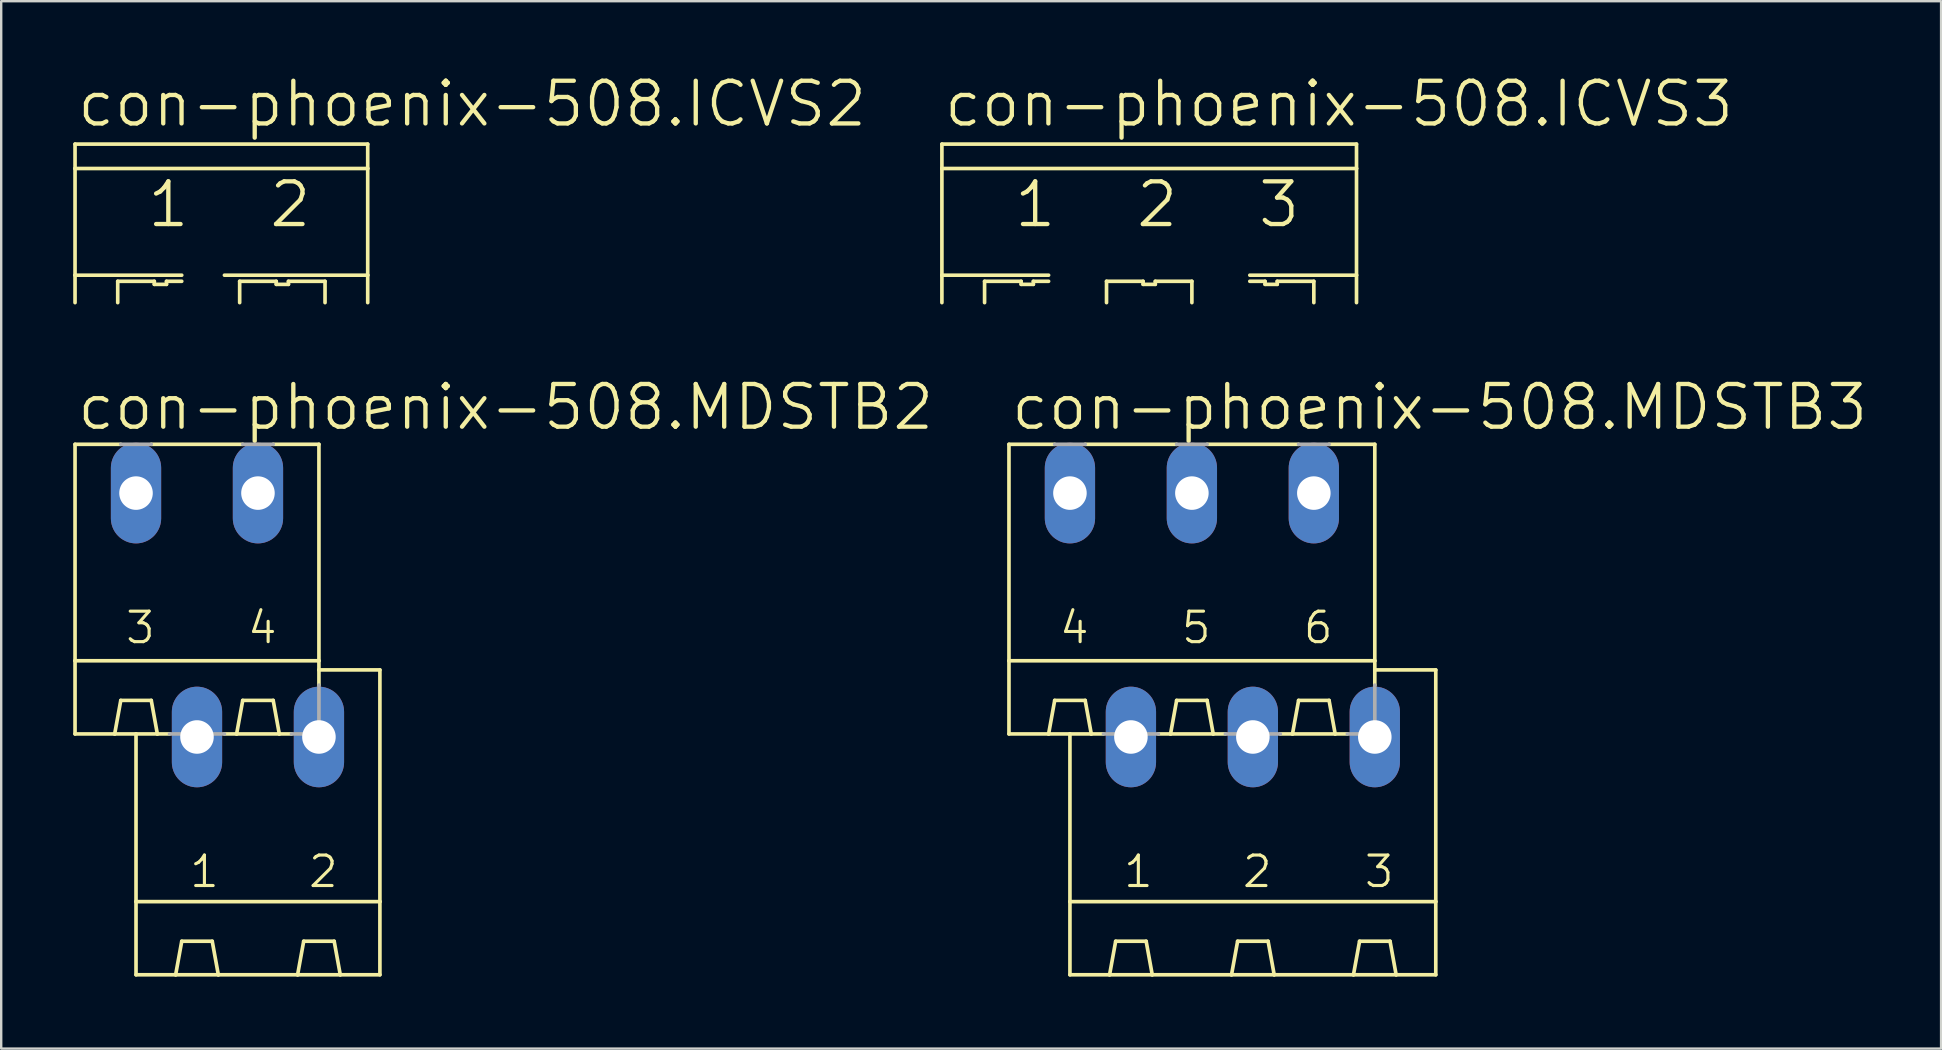
<source format=kicad_pcb>
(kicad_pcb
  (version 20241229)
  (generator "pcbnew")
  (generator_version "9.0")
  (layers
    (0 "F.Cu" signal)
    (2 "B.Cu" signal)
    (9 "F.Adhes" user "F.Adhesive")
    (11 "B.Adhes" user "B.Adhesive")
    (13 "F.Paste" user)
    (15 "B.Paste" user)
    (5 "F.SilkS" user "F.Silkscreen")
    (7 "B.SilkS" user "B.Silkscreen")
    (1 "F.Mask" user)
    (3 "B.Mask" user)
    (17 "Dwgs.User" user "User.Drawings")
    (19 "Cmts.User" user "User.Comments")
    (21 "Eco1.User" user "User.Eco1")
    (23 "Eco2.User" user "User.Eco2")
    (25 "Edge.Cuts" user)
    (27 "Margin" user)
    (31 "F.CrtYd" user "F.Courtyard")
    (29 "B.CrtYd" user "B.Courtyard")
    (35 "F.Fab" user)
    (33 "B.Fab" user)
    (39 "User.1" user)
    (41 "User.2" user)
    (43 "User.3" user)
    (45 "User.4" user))
  (footprint "con-phoenix-508.ICVS2"
    (layer "F.Cu")
    (at 6.172 6.509)
    (property "Reference" "con-phoenix-508.ICVS2" (at -6.096 -4.191 0) (layer "F.SilkS") (effects (font (size 1.778 1.778) (thickness 0.18)) (justify left bottom)))
    (fp_line (start -6.096 -3.556) (end 6.096 -3.556) (stroke (width 0.152) (type default)) (layer "F.SilkS"))
    (fp_line (start -6.096 -2.54) (end -6.096 -3.556) (stroke (width 0.152) (type default)) (layer "F.SilkS"))
    (fp_line (start -6.096 -2.54) (end 6.096 -2.54) (stroke (width 0.152) (type default)) (layer "F.SilkS"))
    (fp_line (start -6.096 1.905) (end -6.096 -2.54) (stroke (width 0.152) (type default)) (layer "F.SilkS"))
    (fp_line (start -6.096 1.905) (end -1.651 1.905) (stroke (width 0.152) (type default)) (layer "F.SilkS"))
    (fp_line (start -6.096 3.048) (end -6.096 1.905) (stroke (width 0.152) (type default)) (layer "F.SilkS"))
    (fp_line (start -4.318 2.159) (end -2.794 2.159) (stroke (width 0.152) (type default)) (layer "F.SilkS"))
    (fp_line (start -4.318 3.048) (end -4.318 2.159) (stroke (width 0.152) (type default)) (layer "F.SilkS"))
    (fp_line (start -2.794 2.159) (end -2.794 2.286) (stroke (width 0.152) (type default)) (layer "F.SilkS"))
    (fp_line (start -2.794 2.286) (end -2.286 2.286) (stroke (width 0.152) (type default)) (layer "F.SilkS"))
    (fp_line (start -2.286 2.159) (end -1.651 2.159) (stroke (width 0.152) (type default)) (layer "F.SilkS"))
    (fp_line (start -2.286 2.286) (end -2.286 2.159) (stroke (width 0.152) (type default)) (layer "F.SilkS"))
    (fp_line (start 0.127 1.905) (end 6.096 1.905) (stroke (width 0.152) (type default)) (layer "F.SilkS"))
    (fp_line (start 0.762 2.159) (end 2.286 2.159) (stroke (width 0.152) (type default)) (layer "F.SilkS"))
    (fp_line (start 0.762 3.048) (end 0.762 2.159) (stroke (width 0.152) (type default)) (layer "F.SilkS"))
    (fp_line (start 2.286 2.159) (end 2.286 2.286) (stroke (width 0.152) (type default)) (layer "F.SilkS"))
    (fp_line (start 2.286 2.286) (end 2.794 2.286) (stroke (width 0.152) (type default)) (layer "F.SilkS"))
    (fp_line (start 2.794 2.159) (end 4.318 2.159) (stroke (width 0.152) (type default)) (layer "F.SilkS"))
    (fp_line (start 2.794 2.286) (end 2.794 2.159) (stroke (width 0.152) (type default)) (layer "F.SilkS"))
    (fp_line (start 4.318 2.159) (end 4.318 3.048) (stroke (width 0.152) (type default)) (layer "F.SilkS"))
    (fp_line (start 6.096 -2.54) (end 6.096 -3.556) (stroke (width 0.152) (type default)) (layer "F.SilkS"))
    (fp_line (start 6.096 1.905) (end 6.096 -2.54) (stroke (width 0.152) (type default)) (layer "F.SilkS"))
    (fp_line (start 6.096 3.048) (end 6.096 1.905) (stroke (width 0.152) (type default)) (layer "F.SilkS"))
    (fp_text user "2" (at 1.905 0 0) (layer "F.SilkS") (effects (font (size 1.778 1.778) (thickness 0.18)) (justify left bottom)))
    (fp_text user "1" (at -3.175 0 0) (layer "F.SilkS") (effects (font (size 1.778 1.778) (thickness 0.18)) (justify left bottom))))
  (footprint "con-phoenix-508.MDSTB2"
    (layer "F.Cu")
    (at 5.156 22.571)
    (property "Reference" "con-phoenix-508.MDSTB2" (at -5.08 -7.62 0) (layer "F.SilkS") (effects (font (size 1.778 1.778) (thickness 0.18)) (justify left bottom)))
    (attr through_hole)
    (fp_line (start -5.08 -7.112) (end -5.08 1.905) (stroke (width 0.152) (type default)) (layer "F.SilkS"))
    (fp_line (start -5.08 -7.112) (end -3.175 -7.112) (stroke (width 0.152) (type default)) (layer "F.SilkS"))
    (fp_line (start -5.08 1.905) (end -5.08 4.953) (stroke (width 0.152) (type default)) (layer "F.SilkS"))
    (fp_line (start -5.08 1.905) (end 5.08 1.905) (stroke (width 0.152) (type default)) (layer "F.SilkS"))
    (fp_line (start -5.08 4.953) (end -3.429 4.953) (stroke (width 0.152) (type default)) (layer "F.SilkS"))
    (fp_line (start -3.429 4.953) (end -3.175 3.556) (stroke (width 0.152) (type default)) (layer "F.SilkS"))
    (fp_line (start -3.429 4.953) (end -2.54 4.953) (stroke (width 0.152) (type default)) (layer "F.SilkS"))
    (fp_line (start -3.175 3.556) (end -1.905 3.556) (stroke (width 0.152) (type default)) (layer "F.SilkS"))
    (fp_line (start -2.54 4.953) (end -1.651 4.953) (stroke (width 0.152) (type default)) (layer "F.SilkS"))
    (fp_line (start -2.54 11.938) (end -2.54 4.953) (stroke (width 0.152) (type default)) (layer "F.SilkS"))
    (fp_line (start -2.54 11.938) (end 7.62 11.938) (stroke (width 0.152) (type default)) (layer "F.SilkS"))
    (fp_line (start -2.54 14.986) (end -2.54 11.938) (stroke (width 0.152) (type default)) (layer "F.SilkS"))
    (fp_line (start -2.54 14.986) (end -0.889 14.986) (stroke (width 0.152) (type default)) (layer "F.SilkS"))
    (fp_line (start -1.905 -7.112) (end 1.905 -7.112) (stroke (width 0.152) (type default)) (layer "F.SilkS"))
    (fp_line (start -1.905 3.556) (end -1.651 4.953) (stroke (width 0.152) (type default)) (layer "F.SilkS"))
    (fp_line (start -1.143 4.953) (end -1.651 4.953) (stroke (width 0.152) (type default)) (layer "F.SilkS"))
    (fp_line (start -0.889 14.986) (end -0.635 13.589) (stroke (width 0.152) (type default)) (layer "F.SilkS"))
    (fp_line (start -0.889 14.986) (end 0.889 14.986) (stroke (width 0.152) (type default)) (layer "F.SilkS"))
    (fp_line (start -0.635 13.589) (end 0.635 13.589) (stroke (width 0.152) (type default)) (layer "F.SilkS"))
    (fp_line (start 0.635 13.589) (end 0.889 14.986) (stroke (width 0.152) (type default)) (layer "F.SilkS"))
    (fp_line (start 0.889 14.986) (end 4.191 14.986) (stroke (width 0.152) (type default)) (layer "F.SilkS"))
    (fp_line (start 1.651 4.953) (end 1.143 4.953) (stroke (width 0.152) (type default)) (layer "F.SilkS"))
    (fp_line (start 1.651 4.953) (end 1.905 3.556) (stroke (width 0.152) (type default)) (layer "F.SilkS"))
    (fp_line (start 1.651 4.953) (end 3.429 4.953) (stroke (width 0.152) (type default)) (layer "F.SilkS"))
    (fp_line (start 1.905 3.556) (end 3.175 3.556) (stroke (width 0.152) (type default)) (layer "F.SilkS"))
    (fp_line (start 3.175 -7.112) (end 5.08 -7.112) (stroke (width 0.152) (type default)) (layer "F.SilkS"))
    (fp_line (start 3.175 3.556) (end 3.429 4.953) (stroke (width 0.152) (type default)) (layer "F.SilkS"))
    (fp_line (start 3.429 4.953) (end 3.937 4.953) (stroke (width 0.152) (type default)) (layer "F.SilkS"))
    (fp_line (start 4.191 14.986) (end 4.445 13.589) (stroke (width 0.152) (type default)) (layer "F.SilkS"))
    (fp_line (start 4.191 14.986) (end 5.969 14.986) (stroke (width 0.152) (type default)) (layer "F.SilkS"))
    (fp_line (start 4.445 13.589) (end 5.715 13.589) (stroke (width 0.152) (type default)) (layer "F.SilkS"))
    (fp_line (start 5.08 -7.112) (end 5.08 1.905) (stroke (width 0.152) (type default)) (layer "F.SilkS"))
    (fp_line (start 5.08 1.905) (end 5.08 2.286) (stroke (width 0.152) (type default)) (layer "F.SilkS"))
    (fp_line (start 5.08 2.286) (end 5.08 2.921) (stroke (width 0.152) (type default)) (layer "F.SilkS"))
    (fp_line (start 5.715 13.589) (end 5.969 14.986) (stroke (width 0.152) (type default)) (layer "F.SilkS"))
    (fp_line (start 5.969 14.986) (end 7.62 14.986) (stroke (width 0.152) (type default)) (layer "F.SilkS"))
    (fp_line (start 7.62 2.286) (end 5.08 2.286) (stroke (width 0.152) (type default)) (layer "F.SilkS"))
    (fp_line (start 7.62 2.286) (end 7.62 11.938) (stroke (width 0.152) (type default)) (layer "F.SilkS"))
    (fp_line (start 7.62 11.938) (end 7.62 14.986) (stroke (width 0.152) (type default)) (layer "F.SilkS"))
    (fp_line (start -3.175 -7.112) (end -1.905 -7.112) (stroke (width 0.152) (type default)) (layer "F.Fab"))
    (fp_line (start -1.143 4.953) (end 1.143 4.953) (stroke (width 0.152) (type default)) (layer "F.Fab"))
    (fp_line (start 1.905 -7.112) (end 3.175 -7.112) (stroke (width 0.152) (type default)) (layer "F.Fab"))
    (fp_line (start 3.937 4.953) (end 5.08 4.953) (stroke (width 0.152) (type default)) (layer "F.Fab"))
    (fp_line (start 5.08 2.921) (end 5.08 4.953) (stroke (width 0.152) (type default)) (layer "F.Fab"))
    (fp_text user "3" (at -3.048 1.27 0) (layer "F.SilkS") (effects (font (size 1.27 1.27) (thickness 0.13)) (justify left bottom)))
    (fp_text user "2" (at 4.572 11.43 0) (layer "F.SilkS") (effects (font (size 1.27 1.27) (thickness 0.13)) (justify left bottom)))
    (fp_text user "1" (at -0.381 11.43 0) (layer "F.SilkS") (effects (font (size 1.27 1.27) (thickness 0.13)) (justify left bottom)))
    (fp_text user "4" (at 2.032 1.27 0) (layer "F.SilkS") (effects (font (size 1.27 1.27) (thickness 0.13)) (justify left bottom)))
    (pad "1" thru_hole oval (at 0 5.08 90) (size 4.191 2.095) (drill 1.397) (layers "*.Cu" "*.Mask"))
    (pad "2" thru_hole oval (at 5.08 5.08 90) (size 4.191 2.095) (drill 1.397) (layers "*.Cu" "*.Mask"))
    (pad "3" thru_hole oval (at -2.54 -5.08 90) (size 4.191 2.095) (drill 1.397) (layers "*.Cu" "*.Mask"))
    (pad "4" thru_hole oval (at 2.54 -5.08 90) (size 4.191 2.095) (drill 1.397) (layers "*.Cu" "*.Mask")))
  (footprint "con-phoenix-508.ICVS3"
    (layer "F.Cu")
    (at 44.823 6.509)
    (property "Reference" "con-phoenix-508.ICVS3" (at -8.636 -4.191 0) (layer "F.SilkS") (effects (font (size 1.778 1.778) (thickness 0.18)) (justify left bottom)))
    (fp_line (start -8.636 -3.556) (end 8.636 -3.556) (stroke (width 0.152) (type default)) (layer "F.SilkS"))
    (fp_line (start -8.636 -2.54) (end -8.636 -3.556) (stroke (width 0.152) (type default)) (layer "F.SilkS"))
    (fp_line (start -8.636 -2.54) (end 8.636 -2.54) (stroke (width 0.152) (type default)) (layer "F.SilkS"))
    (fp_line (start -8.636 1.905) (end -8.636 -2.54) (stroke (width 0.152) (type default)) (layer "F.SilkS"))
    (fp_line (start -8.636 1.905) (end -4.191 1.905) (stroke (width 0.152) (type default)) (layer "F.SilkS"))
    (fp_line (start -8.636 3.048) (end -8.636 1.905) (stroke (width 0.152) (type default)) (layer "F.SilkS"))
    (fp_line (start -6.858 2.159) (end -5.334 2.159) (stroke (width 0.152) (type default)) (layer "F.SilkS"))
    (fp_line (start -6.858 3.048) (end -6.858 2.159) (stroke (width 0.152) (type default)) (layer "F.SilkS"))
    (fp_line (start -5.334 2.159) (end -5.334 2.286) (stroke (width 0.152) (type default)) (layer "F.SilkS"))
    (fp_line (start -5.334 2.286) (end -4.826 2.286) (stroke (width 0.152) (type default)) (layer "F.SilkS"))
    (fp_line (start -4.826 2.159) (end -4.191 2.159) (stroke (width 0.152) (type default)) (layer "F.SilkS"))
    (fp_line (start -4.826 2.286) (end -4.826 2.159) (stroke (width 0.152) (type default)) (layer "F.SilkS"))
    (fp_line (start -1.778 2.159) (end -0.254 2.159) (stroke (width 0.152) (type default)) (layer "F.SilkS"))
    (fp_line (start -1.778 3.048) (end -1.778 2.159) (stroke (width 0.152) (type default)) (layer "F.SilkS"))
    (fp_line (start -0.254 2.159) (end -0.254 2.286) (stroke (width 0.152) (type default)) (layer "F.SilkS"))
    (fp_line (start -0.254 2.286) (end 0.254 2.286) (stroke (width 0.152) (type default)) (layer "F.SilkS"))
    (fp_line (start 0.254 2.159) (end 1.778 2.159) (stroke (width 0.152) (type default)) (layer "F.SilkS"))
    (fp_line (start 0.254 2.286) (end 0.254 2.159) (stroke (width 0.152) (type default)) (layer "F.SilkS"))
    (fp_line (start 1.778 2.159) (end 1.778 3.048) (stroke (width 0.152) (type default)) (layer "F.SilkS"))
    (fp_line (start 4.191 1.905) (end 8.636 1.905) (stroke (width 0.152) (type default)) (layer "F.SilkS"))
    (fp_line (start 4.191 2.159) (end 4.826 2.159) (stroke (width 0.152) (type default)) (layer "F.SilkS"))
    (fp_line (start 4.826 2.159) (end 4.826 2.286) (stroke (width 0.152) (type default)) (layer "F.SilkS"))
    (fp_line (start 4.826 2.286) (end 5.334 2.286) (stroke (width 0.152) (type default)) (layer "F.SilkS"))
    (fp_line (start 5.334 2.159) (end 6.858 2.159) (stroke (width 0.152) (type default)) (layer "F.SilkS"))
    (fp_line (start 5.334 2.286) (end 5.334 2.159) (stroke (width 0.152) (type default)) (layer "F.SilkS"))
    (fp_line (start 6.858 2.159) (end 6.858 3.048) (stroke (width 0.152) (type default)) (layer "F.SilkS"))
    (fp_line (start 8.636 -2.54) (end 8.636 -3.556) (stroke (width 0.152) (type default)) (layer "F.SilkS"))
    (fp_line (start 8.636 1.905) (end 8.636 -2.54) (stroke (width 0.152) (type default)) (layer "F.SilkS"))
    (fp_line (start 8.636 3.048) (end 8.636 1.905) (stroke (width 0.152) (type default)) (layer "F.SilkS"))
    (fp_text user "1" (at -5.715 0 0) (layer "F.SilkS") (effects (font (size 1.778 1.778) (thickness 0.18)) (justify left bottom)))
    (fp_text user "2" (at -0.635 0 0) (layer "F.SilkS") (effects (font (size 1.778 1.778) (thickness 0.18)) (justify left bottom)))
    (fp_text user "3" (at 4.445 0 0) (layer "F.SilkS") (effects (font (size 1.778 1.778) (thickness 0.18)) (justify left bottom))))
  (footprint "con-phoenix-508.MDSTB3"
    (layer "F.Cu")
    (at 47.871 22.571)
    (property "Reference" "con-phoenix-508.MDSTB3" (at -8.89 -7.62 0) (layer "F.SilkS") (effects (font (size 1.778 1.778) (thickness 0.18)) (justify left bottom)))
    (attr through_hole)
    (fp_line (start -8.89 -7.112) (end -8.89 1.905) (stroke (width 0.152) (type default)) (layer "F.SilkS"))
    (fp_line (start -8.89 -7.112) (end -6.985 -7.112) (stroke (width 0.152) (type default)) (layer "F.SilkS"))
    (fp_line (start -8.89 1.905) (end -8.89 4.953) (stroke (width 0.152) (type default)) (layer "F.SilkS"))
    (fp_line (start -8.89 1.905) (end 6.35 1.905) (stroke (width 0.152) (type default)) (layer "F.SilkS"))
    (fp_line (start -8.89 4.953) (end -7.239 4.953) (stroke (width 0.152) (type default)) (layer "F.SilkS"))
    (fp_line (start -7.239 4.953) (end -6.985 3.556) (stroke (width 0.152) (type default)) (layer "F.SilkS"))
    (fp_line (start -7.239 4.953) (end -6.35 4.953) (stroke (width 0.152) (type default)) (layer "F.SilkS"))
    (fp_line (start -6.985 3.556) (end -5.715 3.556) (stroke (width 0.152) (type default)) (layer "F.SilkS"))
    (fp_line (start -6.35 4.953) (end -5.461 4.953) (stroke (width 0.152) (type default)) (layer "F.SilkS"))
    (fp_line (start -6.35 11.938) (end -6.35 4.953) (stroke (width 0.152) (type default)) (layer "F.SilkS"))
    (fp_line (start -6.35 11.938) (end 8.89 11.938) (stroke (width 0.152) (type default)) (layer "F.SilkS"))
    (fp_line (start -6.35 14.986) (end -6.35 11.938) (stroke (width 0.152) (type default)) (layer "F.SilkS"))
    (fp_line (start -6.35 14.986) (end -4.699 14.986) (stroke (width 0.152) (type default)) (layer "F.SilkS"))
    (fp_line (start -5.715 -7.112) (end -1.905 -7.112) (stroke (width 0.152) (type default)) (layer "F.SilkS"))
    (fp_line (start -5.715 3.556) (end -5.461 4.953) (stroke (width 0.152) (type default)) (layer "F.SilkS"))
    (fp_line (start -4.953 4.953) (end -5.461 4.953) (stroke (width 0.152) (type default)) (layer "F.SilkS"))
    (fp_line (start -4.699 14.986) (end -4.445 13.589) (stroke (width 0.152) (type default)) (layer "F.SilkS"))
    (fp_line (start -4.699 14.986) (end -2.921 14.986) (stroke (width 0.152) (type default)) (layer "F.SilkS"))
    (fp_line (start -4.445 13.589) (end -3.175 13.589) (stroke (width 0.152) (type default)) (layer "F.SilkS"))
    (fp_line (start -3.175 13.589) (end -2.921 14.986) (stroke (width 0.152) (type default)) (layer "F.SilkS"))
    (fp_line (start -2.921 14.986) (end 0.381 14.986) (stroke (width 0.152) (type default)) (layer "F.SilkS"))
    (fp_line (start -2.159 4.953) (end -2.667 4.953) (stroke (width 0.152) (type default)) (layer "F.SilkS"))
    (fp_line (start -2.159 4.953) (end -1.905 3.556) (stroke (width 0.152) (type default)) (layer "F.SilkS"))
    (fp_line (start -2.159 4.953) (end -0.381 4.953) (stroke (width 0.152) (type default)) (layer "F.SilkS"))
    (fp_line (start -1.905 3.556) (end -0.635 3.556) (stroke (width 0.152) (type default)) (layer "F.SilkS"))
    (fp_line (start -0.635 -7.112) (end 3.175 -7.112) (stroke (width 0.152) (type default)) (layer "F.SilkS"))
    (fp_line (start -0.635 3.556) (end -0.381 4.953) (stroke (width 0.152) (type default)) (layer "F.SilkS"))
    (fp_line (start -0.381 4.953) (end 0.127 4.953) (stroke (width 0.152) (type default)) (layer "F.SilkS"))
    (fp_line (start 0.381 14.986) (end 0.635 13.589) (stroke (width 0.152) (type default)) (layer "F.SilkS"))
    (fp_line (start 0.381 14.986) (end 2.159 14.986) (stroke (width 0.152) (type default)) (layer "F.SilkS"))
    (fp_line (start 0.635 13.589) (end 1.905 13.589) (stroke (width 0.152) (type default)) (layer "F.SilkS"))
    (fp_line (start 1.905 13.589) (end 2.159 14.986) (stroke (width 0.152) (type default)) (layer "F.SilkS"))
    (fp_line (start 2.159 14.986) (end 5.461 14.986) (stroke (width 0.152) (type default)) (layer "F.SilkS"))
    (fp_line (start 2.921 4.953) (end 2.413 4.953) (stroke (width 0.152) (type default)) (layer "F.SilkS"))
    (fp_line (start 2.921 4.953) (end 3.175 3.556) (stroke (width 0.152) (type default)) (layer "F.SilkS"))
    (fp_line (start 2.921 4.953) (end 4.699 4.953) (stroke (width 0.152) (type default)) (layer "F.SilkS"))
    (fp_line (start 3.175 3.556) (end 4.445 3.556) (stroke (width 0.152) (type default)) (layer "F.SilkS"))
    (fp_line (start 4.445 -7.112) (end 6.35 -7.112) (stroke (width 0.152) (type default)) (layer "F.SilkS"))
    (fp_line (start 4.445 3.556) (end 4.699 4.953) (stroke (width 0.152) (type default)) (layer "F.SilkS"))
    (fp_line (start 4.699 4.953) (end 5.207 4.953) (stroke (width 0.152) (type default)) (layer "F.SilkS"))
    (fp_line (start 5.461 14.986) (end 5.715 13.589) (stroke (width 0.152) (type default)) (layer "F.SilkS"))
    (fp_line (start 5.461 14.986) (end 7.239 14.986) (stroke (width 0.152) (type default)) (layer "F.SilkS"))
    (fp_line (start 5.715 13.589) (end 6.985 13.589) (stroke (width 0.152) (type default)) (layer "F.SilkS"))
    (fp_line (start 6.35 -7.112) (end 6.35 1.905) (stroke (width 0.152) (type default)) (layer "F.SilkS"))
    (fp_line (start 6.35 1.905) (end 6.35 2.286) (stroke (width 0.152) (type default)) (layer "F.SilkS"))
    (fp_line (start 6.35 2.286) (end 6.35 2.921) (stroke (width 0.152) (type default)) (layer "F.SilkS"))
    (fp_line (start 6.985 13.589) (end 7.239 14.986) (stroke (width 0.152) (type default)) (layer "F.SilkS"))
    (fp_line (start 7.239 14.986) (end 8.89 14.986) (stroke (width 0.152) (type default)) (layer "F.SilkS"))
    (fp_line (start 8.89 2.286) (end 6.35 2.286) (stroke (width 0.152) (type default)) (layer "F.SilkS"))
    (fp_line (start 8.89 2.286) (end 8.89 11.938) (stroke (width 0.152) (type default)) (layer "F.SilkS"))
    (fp_line (start 8.89 11.938) (end 8.89 14.986) (stroke (width 0.152) (type default)) (layer "F.SilkS"))
    (fp_line (start -6.985 -7.112) (end -5.715 -7.112) (stroke (width 0.152) (type default)) (layer "F.Fab"))
    (fp_line (start -4.953 4.953) (end -2.667 4.953) (stroke (width 0.152) (type default)) (layer "F.Fab"))
    (fp_line (start -1.905 -7.112) (end -0.635 -7.112) (stroke (width 0.152) (type default)) (layer "F.Fab"))
    (fp_line (start 0.127 4.953) (end 2.413 4.953) (stroke (width 0.152) (type default)) (layer "F.Fab"))
    (fp_line (start 3.175 -7.112) (end 4.445 -7.112) (stroke (width 0.152) (type default)) (layer "F.Fab"))
    (fp_line (start 5.207 4.953) (end 6.35 4.953) (stroke (width 0.152) (type default)) (layer "F.Fab"))
    (fp_line (start 6.35 2.921) (end 6.35 4.953) (stroke (width 0.152) (type default)) (layer "F.Fab"))
    (fp_text user "2" (at 0.762 11.43 0) (layer "F.SilkS") (effects (font (size 1.27 1.27) (thickness 0.13)) (justify left bottom)))
    (fp_text user "3" (at 5.842 11.43 0) (layer "F.SilkS") (effects (font (size 1.27 1.27) (thickness 0.13)) (justify left bottom)))
    (fp_text user "1" (at -4.191 11.43 0) (layer "F.SilkS") (effects (font (size 1.27 1.27) (thickness 0.13)) (justify left bottom)))
    (fp_text user "5" (at -1.778 1.27 0) (layer "F.SilkS") (effects (font (size 1.27 1.27) (thickness 0.13)) (justify left bottom)))
    (fp_text user "6" (at 3.302 1.27 0) (layer "F.SilkS") (effects (font (size 1.27 1.27) (thickness 0.13)) (justify left bottom)))
    (fp_text user "4" (at -6.858 1.27 0) (layer "F.SilkS") (effects (font (size 1.27 1.27) (thickness 0.13)) (justify left bottom)))
    (pad "1" thru_hole oval (at -3.81 5.08 90) (size 4.191 2.095) (drill 1.397) (layers "*.Cu" "*.Mask"))
    (pad "2" thru_hole oval (at 1.27 5.08 90) (size 4.191 2.095) (drill 1.397) (layers "*.Cu" "*.Mask"))
    (pad "3" thru_hole oval (at 6.35 5.08 90) (size 4.191 2.095) (drill 1.397) (layers "*.Cu" "*.Mask"))
    (pad "4" thru_hole oval (at -6.35 -5.08 90) (size 4.191 2.095) (drill 1.397) (layers "*.Cu" "*.Mask"))
    (pad "5" thru_hole oval (at -1.27 -5.08 90) (size 4.191 2.095) (drill 1.397) (layers "*.Cu" "*.Mask"))
    (pad "6" thru_hole oval (at 3.81 -5.08 90) (size 4.191 2.095) (drill 1.397) (layers "*.Cu" "*.Mask")))
  (gr_rect
    (start -3 -3)
    (end 77.811 40.633)
    (stroke (width 0.1) (type default))
    (fill no)
    (layer "Edge.Cuts")))
</source>
